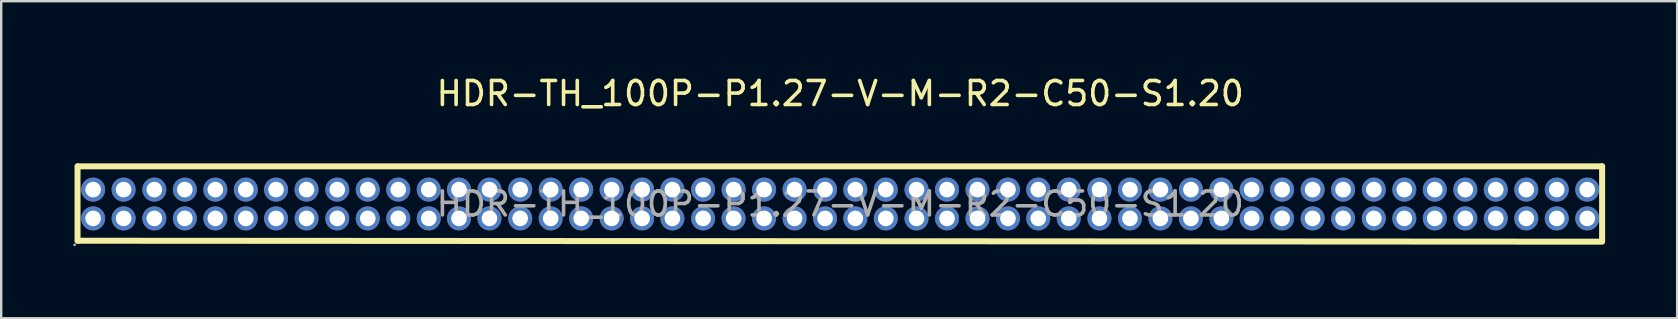
<source format=kicad_pcb>
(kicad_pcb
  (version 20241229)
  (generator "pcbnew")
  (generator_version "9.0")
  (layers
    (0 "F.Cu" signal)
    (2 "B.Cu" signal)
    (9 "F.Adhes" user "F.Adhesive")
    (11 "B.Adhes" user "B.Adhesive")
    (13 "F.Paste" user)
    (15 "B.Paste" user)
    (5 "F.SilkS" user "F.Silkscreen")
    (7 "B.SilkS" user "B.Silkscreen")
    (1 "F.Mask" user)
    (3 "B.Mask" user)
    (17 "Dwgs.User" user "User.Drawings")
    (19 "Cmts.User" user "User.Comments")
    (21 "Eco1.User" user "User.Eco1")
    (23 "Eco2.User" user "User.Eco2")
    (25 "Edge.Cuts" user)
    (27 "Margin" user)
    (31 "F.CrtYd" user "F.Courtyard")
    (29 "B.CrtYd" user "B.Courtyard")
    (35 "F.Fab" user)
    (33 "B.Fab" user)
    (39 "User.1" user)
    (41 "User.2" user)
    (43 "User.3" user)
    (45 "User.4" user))
  (footprint "HDR-TH_100P-P1.27-V-M-R2-C50-S1.20"
    (layer "F.Cu")
    (at 31.95 5.448)
    (property "Reference" "HDR-TH_100P-P1.27-V-M-R2-C50-S1.20" (at 0 -4.6 0) (layer "F.SilkS") (effects (font (size 1 1) (thickness 0.15))))
    (attr through_hole)
    (fp_line (start -31.77 -1.57) (end -31.77 1.53) (stroke (width 0.25) (type solid)) (layer "F.SilkS"))
    (fp_line (start -31.76 -1.57) (end 31.74 -1.57) (stroke (width 0.25) (type solid)) (layer "F.SilkS"))
    (fp_line (start -31.76 1.53) (end 31.74 1.57) (stroke (width 0.25) (type solid)) (layer "F.SilkS"))
    (fp_line (start 31.74 -1.57) (end 31.74 1.53) (stroke (width 0.25) (type solid)) (layer "F.SilkS"))
    (fp_circle (center -31.89 1.7) (end -31.86 1.7) (stroke (width 0.06) (type solid)) (fill no) (layer "F.Fab"))
    (fp_circle (center -31.12 -0.6) (end -31.01 -0.6) (stroke (width 0.22) (type solid)) (fill no) (layer "F.Fab"))
    (fp_circle (center -31.12 0.6) (end -31.01 0.6) (stroke (width 0.22) (type solid)) (fill no) (layer "F.Fab"))
    (fp_circle (center -29.85 -0.6) (end -29.74 -0.6) (stroke (width 0.22) (type solid)) (fill no) (layer "F.Fab"))
    (fp_circle (center -29.85 0.6) (end -29.74 0.6) (stroke (width 0.22) (type solid)) (fill no) (layer "F.Fab"))
    (fp_circle (center -28.57 -0.6) (end -28.46 -0.6) (stroke (width 0.22) (type solid)) (fill no) (layer "F.Fab"))
    (fp_circle (center -28.57 0.6) (end -28.46 0.6) (stroke (width 0.22) (type solid)) (fill no) (layer "F.Fab"))
    (fp_circle (center -27.3 -0.6) (end -27.19 -0.6) (stroke (width 0.22) (type solid)) (fill no) (layer "F.Fab"))
    (fp_circle (center -27.3 0.6) (end -27.19 0.6) (stroke (width 0.22) (type solid)) (fill no) (layer "F.Fab"))
    (fp_circle (center -26.03 -0.6) (end -25.92 -0.6) (stroke (width 0.22) (type solid)) (fill no) (layer "F.Fab"))
    (fp_circle (center -26.03 0.6) (end -25.92 0.6) (stroke (width 0.22) (type solid)) (fill no) (layer "F.Fab"))
    (fp_circle (center -24.76 -0.6) (end -24.65 -0.6) (stroke (width 0.22) (type solid)) (fill no) (layer "F.Fab"))
    (fp_circle (center -24.76 0.6) (end -24.65 0.6) (stroke (width 0.22) (type solid)) (fill no) (layer "F.Fab"))
    (fp_circle (center -23.5 -0.6) (end -23.39 -0.6) (stroke (width 0.22) (type solid)) (fill no) (layer "F.Fab"))
    (fp_circle (center -23.5 0.6) (end -23.39 0.6) (stroke (width 0.22) (type solid)) (fill no) (layer "F.Fab"))
    (fp_circle (center -22.23 -0.6) (end -22.12 -0.6) (stroke (width 0.22) (type solid)) (fill no) (layer "F.Fab"))
    (fp_circle (center -22.23 0.6) (end -22.12 0.6) (stroke (width 0.22) (type solid)) (fill no) (layer "F.Fab"))
    (fp_circle (center -20.95 -0.6) (end -20.84 -0.6) (stroke (width 0.22) (type solid)) (fill no) (layer "F.Fab"))
    (fp_circle (center -20.95 0.6) (end -20.84 0.6) (stroke (width 0.22) (type solid)) (fill no) (layer "F.Fab"))
    (fp_circle (center -19.68 -0.6) (end -19.57 -0.6) (stroke (width 0.22) (type solid)) (fill no) (layer "F.Fab"))
    (fp_circle (center -19.68 0.6) (end -19.57 0.6) (stroke (width 0.22) (type solid)) (fill no) (layer "F.Fab"))
    (fp_circle (center -18.41 -0.6) (end -18.3 -0.6) (stroke (width 0.22) (type solid)) (fill no) (layer "F.Fab"))
    (fp_circle (center -18.41 0.6) (end -18.3 0.6) (stroke (width 0.22) (type solid)) (fill no) (layer "F.Fab"))
    (fp_circle (center -17.14 -0.6) (end -17.03 -0.6) (stroke (width 0.22) (type solid)) (fill no) (layer "F.Fab"))
    (fp_circle (center -17.14 0.6) (end -17.03 0.6) (stroke (width 0.22) (type solid)) (fill no) (layer "F.Fab"))
    (fp_circle (center -15.88 -0.6) (end -15.77 -0.6) (stroke (width 0.22) (type solid)) (fill no) (layer "F.Fab"))
    (fp_circle (center -15.88 0.6) (end -15.77 0.6) (stroke (width 0.22) (type solid)) (fill no) (layer "F.Fab"))
    (fp_circle (center -14.61 -0.6) (end -14.5 -0.6) (stroke (width 0.22) (type solid)) (fill no) (layer "F.Fab"))
    (fp_circle (center -14.61 0.6) (end -14.5 0.6) (stroke (width 0.22) (type solid)) (fill no) (layer "F.Fab"))
    (fp_circle (center -13.33 -0.6) (end -13.22 -0.6) (stroke (width 0.22) (type solid)) (fill no) (layer "F.Fab"))
    (fp_circle (center -13.33 0.6) (end -13.22 0.6) (stroke (width 0.22) (type solid)) (fill no) (layer "F.Fab"))
    (fp_circle (center -12.06 -0.6) (end -11.95 -0.6) (stroke (width 0.22) (type solid)) (fill no) (layer "F.Fab"))
    (fp_circle (center -12.06 0.6) (end -11.95 0.6) (stroke (width 0.22) (type solid)) (fill no) (layer "F.Fab"))
    (fp_circle (center -10.79 -0.6) (end -10.68 -0.6) (stroke (width 0.22) (type solid)) (fill no) (layer "F.Fab"))
    (fp_circle (center -10.79 0.6) (end -10.68 0.6) (stroke (width 0.22) (type solid)) (fill no) (layer "F.Fab"))
    (fp_circle (center -9.52 -0.6) (end -9.41 -0.6) (stroke (width 0.22) (type solid)) (fill no) (layer "F.Fab"))
    (fp_circle (center -9.52 0.6) (end -9.41 0.6) (stroke (width 0.22) (type solid)) (fill no) (layer "F.Fab"))
    (fp_circle (center -8.25 -0.6) (end -8.14 -0.6) (stroke (width 0.22) (type solid)) (fill no) (layer "F.Fab"))
    (fp_circle (center -8.25 0.6) (end -8.14 0.6) (stroke (width 0.22) (type solid)) (fill no) (layer "F.Fab"))
    (fp_circle (center -6.99 -0.6) (end -6.88 -0.6) (stroke (width 0.22) (type solid)) (fill no) (layer "F.Fab"))
    (fp_circle (center -6.99 0.6) (end -6.88 0.6) (stroke (width 0.22) (type solid)) (fill no) (layer "F.Fab"))
    (fp_circle (center -5.71 -0.6) (end -5.6 -0.6) (stroke (width 0.22) (type solid)) (fill no) (layer "F.Fab"))
    (fp_circle (center -5.71 0.6) (end -5.6 0.6) (stroke (width 0.22) (type solid)) (fill no) (layer "F.Fab"))
    (fp_circle (center -4.44 -0.6) (end -4.33 -0.6) (stroke (width 0.22) (type solid)) (fill no) (layer "F.Fab"))
    (fp_circle (center -4.44 0.6) (end -4.33 0.6) (stroke (width 0.22) (type solid)) (fill no) (layer "F.Fab"))
    (fp_circle (center -3.17 -0.6) (end -3.06 -0.6) (stroke (width 0.22) (type solid)) (fill no) (layer "F.Fab"))
    (fp_circle (center -3.17 0.6) (end -3.06 0.6) (stroke (width 0.22) (type solid)) (fill no) (layer "F.Fab"))
    (fp_circle (center -1.9 -0.6) (end -1.79 -0.6) (stroke (width 0.22) (type solid)) (fill no) (layer "F.Fab"))
    (fp_circle (center -1.9 0.6) (end -1.79 0.6) (stroke (width 0.22) (type solid)) (fill no) (layer "F.Fab"))
    (fp_circle (center -0.63 -0.6) (end -0.52 -0.6) (stroke (width 0.22) (type solid)) (fill no) (layer "F.Fab"))
    (fp_circle (center -0.63 0.6) (end -0.52 0.6) (stroke (width 0.22) (type solid)) (fill no) (layer "F.Fab"))
    (fp_circle (center 0.63 -0.6) (end 0.74 -0.6) (stroke (width 0.22) (type solid)) (fill no) (layer "F.Fab"))
    (fp_circle (center 0.63 0.6) (end 0.74 0.6) (stroke (width 0.22) (type solid)) (fill no) (layer "F.Fab"))
    (fp_circle (center 1.9 -0.6) (end 2.01 -0.6) (stroke (width 0.22) (type solid)) (fill no) (layer "F.Fab"))
    (fp_circle (center 1.9 0.6) (end 2.01 0.6) (stroke (width 0.22) (type solid)) (fill no) (layer "F.Fab"))
    (fp_circle (center 3.18 -0.6) (end 3.29 -0.6) (stroke (width 0.22) (type solid)) (fill no) (layer "F.Fab"))
    (fp_circle (center 3.18 0.6) (end 3.29 0.6) (stroke (width 0.22) (type solid)) (fill no) (layer "F.Fab"))
    (fp_circle (center 4.45 -0.6) (end 4.56 -0.6) (stroke (width 0.22) (type solid)) (fill no) (layer "F.Fab"))
    (fp_circle (center 4.45 0.6) (end 4.56 0.6) (stroke (width 0.22) (type solid)) (fill no) (layer "F.Fab"))
    (fp_circle (center 5.72 -0.6) (end 5.83 -0.6) (stroke (width 0.22) (type solid)) (fill no) (layer "F.Fab"))
    (fp_circle (center 5.72 0.6) (end 5.83 0.6) (stroke (width 0.22) (type solid)) (fill no) (layer "F.Fab"))
    (fp_circle (center 6.99 -0.6) (end 7.1 -0.6) (stroke (width 0.22) (type solid)) (fill no) (layer "F.Fab"))
    (fp_circle (center 6.99 0.6) (end 7.1 0.6) (stroke (width 0.22) (type solid)) (fill no) (layer "F.Fab"))
    (fp_circle (center 8.25 -0.6) (end 8.36 -0.6) (stroke (width 0.22) (type solid)) (fill no) (layer "F.Fab"))
    (fp_circle (center 8.25 0.6) (end 8.36 0.6) (stroke (width 0.22) (type solid)) (fill no) (layer "F.Fab"))
    (fp_circle (center 9.52 -0.6) (end 9.63 -0.6) (stroke (width 0.22) (type solid)) (fill no) (layer "F.Fab"))
    (fp_circle (center 9.52 0.6) (end 9.63 0.6) (stroke (width 0.22) (type solid)) (fill no) (layer "F.Fab"))
    (fp_circle (center 10.8 -0.6) (end 10.91 -0.6) (stroke (width 0.22) (type solid)) (fill no) (layer "F.Fab"))
    (fp_circle (center 10.8 0.6) (end 10.91 0.6) (stroke (width 0.22) (type solid)) (fill no) (layer "F.Fab"))
    (fp_circle (center 12.07 -0.6) (end 12.18 -0.6) (stroke (width 0.22) (type solid)) (fill no) (layer "F.Fab"))
    (fp_circle (center 12.07 0.6) (end 12.18 0.6) (stroke (width 0.22) (type solid)) (fill no) (layer "F.Fab"))
    (fp_circle (center 13.34 -0.6) (end 13.45 -0.6) (stroke (width 0.22) (type solid)) (fill no) (layer "F.Fab"))
    (fp_circle (center 13.34 0.6) (end 13.45 0.6) (stroke (width 0.22) (type solid)) (fill no) (layer "F.Fab"))
    (fp_circle (center 14.61 -0.6) (end 14.72 -0.6) (stroke (width 0.22) (type solid)) (fill no) (layer "F.Fab"))
    (fp_circle (center 14.61 0.6) (end 14.72 0.6) (stroke (width 0.22) (type solid)) (fill no) (layer "F.Fab"))
    (fp_circle (center 15.88 -0.6) (end 15.99 -0.6) (stroke (width 0.22) (type solid)) (fill no) (layer "F.Fab"))
    (fp_circle (center 15.88 0.6) (end 15.99 0.6) (stroke (width 0.22) (type solid)) (fill no) (layer "F.Fab"))
    (fp_circle (center 17.14 -0.6) (end 17.25 -0.6) (stroke (width 0.22) (type solid)) (fill no) (layer "F.Fab"))
    (fp_circle (center 17.14 0.6) (end 17.25 0.6) (stroke (width 0.22) (type solid)) (fill no) (layer "F.Fab"))
    (fp_circle (center 18.41 -0.6) (end 18.52 -0.6) (stroke (width 0.22) (type solid)) (fill no) (layer "F.Fab"))
    (fp_circle (center 18.41 0.6) (end 18.52 0.6) (stroke (width 0.22) (type solid)) (fill no) (layer "F.Fab"))
    (fp_circle (center 19.68 -0.6) (end 19.79 -0.6) (stroke (width 0.22) (type solid)) (fill no) (layer "F.Fab"))
    (fp_circle (center 19.68 0.6) (end 19.79 0.6) (stroke (width 0.22) (type solid)) (fill no) (layer "F.Fab"))
    (fp_circle (center 20.95 -0.6) (end 21.06 -0.6) (stroke (width 0.22) (type solid)) (fill no) (layer "F.Fab"))
    (fp_circle (center 20.95 0.6) (end 21.06 0.6) (stroke (width 0.22) (type solid)) (fill no) (layer "F.Fab"))
    (fp_circle (center 22.23 -0.6) (end 22.34 -0.6) (stroke (width 0.22) (type solid)) (fill no) (layer "F.Fab"))
    (fp_circle (center 22.23 0.6) (end 22.34 0.6) (stroke (width 0.22) (type solid)) (fill no) (layer "F.Fab"))
    (fp_circle (center 23.5 -0.6) (end 23.61 -0.6) (stroke (width 0.22) (type solid)) (fill no) (layer "F.Fab"))
    (fp_circle (center 23.5 0.6) (end 23.61 0.6) (stroke (width 0.22) (type solid)) (fill no) (layer "F.Fab"))
    (fp_circle (center 24.77 -0.6) (end 24.88 -0.6) (stroke (width 0.22) (type solid)) (fill no) (layer "F.Fab"))
    (fp_circle (center 24.77 0.6) (end 24.88 0.6) (stroke (width 0.22) (type solid)) (fill no) (layer "F.Fab"))
    (fp_circle (center 26.04 -0.6) (end 26.15 -0.6) (stroke (width 0.22) (type solid)) (fill no) (layer "F.Fab"))
    (fp_circle (center 26.04 0.6) (end 26.15 0.6) (stroke (width 0.22) (type solid)) (fill no) (layer "F.Fab"))
    (fp_circle (center 27.31 -0.6) (end 27.42 -0.6) (stroke (width 0.22) (type solid)) (fill no) (layer "F.Fab"))
    (fp_circle (center 27.31 0.6) (end 27.42 0.6) (stroke (width 0.22) (type solid)) (fill no) (layer "F.Fab"))
    (fp_circle (center 28.58 -0.6) (end 28.69 -0.6) (stroke (width 0.22) (type solid)) (fill no) (layer "F.Fab"))
    (fp_circle (center 28.58 0.6) (end 28.69 0.6) (stroke (width 0.22) (type solid)) (fill no) (layer "F.Fab"))
    (fp_circle (center 29.85 -0.6) (end 29.96 -0.6) (stroke (width 0.22) (type solid)) (fill no) (layer "F.Fab"))
    (fp_circle (center 29.85 0.6) (end 29.96 0.6) (stroke (width 0.22) (type solid)) (fill no) (layer "F.Fab"))
    (fp_circle (center 31.12 -0.6) (end 31.23 -0.6) (stroke (width 0.22) (type solid)) (fill no) (layer "F.Fab"))
    (fp_circle (center 31.12 0.6) (end 31.23 0.6) (stroke (width 0.22) (type solid)) (fill no) (layer "F.Fab"))
    (fp_text user "${REFERENCE}" (at 0 0 0) (layer "F.Fab") (effects (font (size 1 1) (thickness 0.15))))
    (pad "1" thru_hole circle (at -31.12 0.6) (size 1 1) (drill 0.65) (layers "*.Cu" "*.Paste" "*.Mask"))
    (pad "2" thru_hole circle (at -31.12 -0.6) (size 1 1) (drill 0.65) (layers "*.Cu" "*.Paste" "*.Mask"))
    (pad "3" thru_hole circle (at -29.85 0.6) (size 1 1) (drill 0.65) (layers "*.Cu" "*.Paste" "*.Mask"))
    (pad "4" thru_hole circle (at -29.85 -0.6) (size 1 1) (drill 0.65) (layers "*.Cu" "*.Paste" "*.Mask"))
    (pad "5" thru_hole circle (at -28.57 0.6) (size 1 1) (drill 0.65) (layers "*.Cu" "*.Paste" "*.Mask"))
    (pad "6" thru_hole circle (at -28.57 -0.6) (size 1 1) (drill 0.65) (layers "*.Cu" "*.Paste" "*.Mask"))
    (pad "7" thru_hole circle (at -27.3 0.6) (size 1 1) (drill 0.65) (layers "*.Cu" "*.Paste" "*.Mask"))
    (pad "8" thru_hole circle (at -27.3 -0.6) (size 1 1) (drill 0.65) (layers "*.Cu" "*.Paste" "*.Mask"))
    (pad "9" thru_hole circle (at -26.03 0.6) (size 1 1) (drill 0.65) (layers "*.Cu" "*.Paste" "*.Mask"))
    (pad "10" thru_hole circle (at -26.03 -0.6) (size 1 1) (drill 0.65) (layers "*.Cu" "*.Paste" "*.Mask"))
    (pad "11" thru_hole circle (at -24.76 0.6) (size 1 1) (drill 0.65) (layers "*.Cu" "*.Paste" "*.Mask"))
    (pad "12" thru_hole circle (at -24.76 -0.6) (size 1 1) (drill 0.65) (layers "*.Cu" "*.Paste" "*.Mask"))
    (pad "13" thru_hole circle (at -23.5 0.6) (size 1 1) (drill 0.65) (layers "*.Cu" "*.Paste" "*.Mask"))
    (pad "14" thru_hole circle (at -23.5 -0.6) (size 1 1) (drill 0.65) (layers "*.Cu" "*.Paste" "*.Mask"))
    (pad "15" thru_hole circle (at -22.23 0.6) (size 1 1) (drill 0.65) (layers "*.Cu" "*.Paste" "*.Mask"))
    (pad "16" thru_hole circle (at -22.23 -0.6) (size 1 1) (drill 0.65) (layers "*.Cu" "*.Paste" "*.Mask"))
    (pad "17" thru_hole circle (at -20.95 0.6) (size 1 1) (drill 0.65) (layers "*.Cu" "*.Paste" "*.Mask"))
    (pad "18" thru_hole circle (at -20.95 -0.6) (size 1 1) (drill 0.65) (layers "*.Cu" "*.Paste" "*.Mask"))
    (pad "19" thru_hole circle (at -19.68 0.6) (size 1 1) (drill 0.65) (layers "*.Cu" "*.Paste" "*.Mask"))
    (pad "20" thru_hole circle (at -19.68 -0.6) (size 1 1) (drill 0.65) (layers "*.Cu" "*.Paste" "*.Mask"))
    (pad "21" thru_hole circle (at -18.41 0.6) (size 1 1) (drill 0.65) (layers "*.Cu" "*.Paste" "*.Mask"))
    (pad "22" thru_hole circle (at -18.41 -0.6) (size 1 1) (drill 0.65) (layers "*.Cu" "*.Paste" "*.Mask"))
    (pad "23" thru_hole circle (at -17.14 0.6) (size 1 1) (drill 0.65) (layers "*.Cu" "*.Paste" "*.Mask"))
    (pad "24" thru_hole circle (at -17.14 -0.6) (size 1 1) (drill 0.65) (layers "*.Cu" "*.Paste" "*.Mask"))
    (pad "25" thru_hole circle (at -15.88 0.6) (size 1 1) (drill 0.65) (layers "*.Cu" "*.Paste" "*.Mask"))
    (pad "26" thru_hole circle (at -15.88 -0.6) (size 1 1) (drill 0.65) (layers "*.Cu" "*.Paste" "*.Mask"))
    (pad "27" thru_hole circle (at -14.61 0.6) (size 1 1) (drill 0.65) (layers "*.Cu" "*.Paste" "*.Mask"))
    (pad "28" thru_hole circle (at -14.61 -0.6) (size 1 1) (drill 0.65) (layers "*.Cu" "*.Paste" "*.Mask"))
    (pad "29" thru_hole circle (at -13.33 0.6) (size 1 1) (drill 0.65) (layers "*.Cu" "*.Paste" "*.Mask"))
    (pad "30" thru_hole circle (at -13.33 -0.6) (size 1 1) (drill 0.65) (layers "*.Cu" "*.Paste" "*.Mask"))
    (pad "31" thru_hole circle (at -12.06 0.6) (size 1 1) (drill 0.65) (layers "*.Cu" "*.Paste" "*.Mask"))
    (pad "32" thru_hole circle (at -12.06 -0.6) (size 1 1) (drill 0.65) (layers "*.Cu" "*.Paste" "*.Mask"))
    (pad "33" thru_hole circle (at -10.79 0.6) (size 1 1) (drill 0.65) (layers "*.Cu" "*.Paste" "*.Mask"))
    (pad "34" thru_hole circle (at -10.79 -0.6) (size 1 1) (drill 0.65) (layers "*.Cu" "*.Paste" "*.Mask"))
    (pad "35" thru_hole circle (at -9.52 0.6) (size 1 1) (drill 0.65) (layers "*.Cu" "*.Paste" "*.Mask"))
    (pad "36" thru_hole circle (at -9.52 -0.6) (size 1 1) (drill 0.65) (layers "*.Cu" "*.Paste" "*.Mask"))
    (pad "37" thru_hole circle (at -8.25 0.6) (size 1 1) (drill 0.65) (layers "*.Cu" "*.Paste" "*.Mask"))
    (pad "38" thru_hole circle (at -8.25 -0.6) (size 1 1) (drill 0.65) (layers "*.Cu" "*.Paste" "*.Mask"))
    (pad "39" thru_hole circle (at -6.99 0.6) (size 1 1) (drill 0.65) (layers "*.Cu" "*.Paste" "*.Mask"))
    (pad "40" thru_hole circle (at -6.99 -0.6) (size 1 1) (drill 0.65) (layers "*.Cu" "*.Paste" "*.Mask"))
    (pad "41" thru_hole circle (at -5.71 0.6) (size 1 1) (drill 0.65) (layers "*.Cu" "*.Paste" "*.Mask"))
    (pad "42" thru_hole circle (at -5.71 -0.6) (size 1 1) (drill 0.65) (layers "*.Cu" "*.Paste" "*.Mask"))
    (pad "43" thru_hole circle (at -4.44 0.6) (size 1 1) (drill 0.65) (layers "*.Cu" "*.Paste" "*.Mask"))
    (pad "44" thru_hole circle (at -4.44 -0.6) (size 1 1) (drill 0.65) (layers "*.Cu" "*.Paste" "*.Mask"))
    (pad "45" thru_hole circle (at -3.17 0.6) (size 1 1) (drill 0.65) (layers "*.Cu" "*.Paste" "*.Mask"))
    (pad "46" thru_hole circle (at -3.17 -0.6) (size 1 1) (drill 0.65) (layers "*.Cu" "*.Paste" "*.Mask"))
    (pad "47" thru_hole circle (at -1.9 0.6) (size 1 1) (drill 0.65) (layers "*.Cu" "*.Paste" "*.Mask"))
    (pad "48" thru_hole circle (at -1.9 -0.6) (size 1 1) (drill 0.65) (layers "*.Cu" "*.Paste" "*.Mask"))
    (pad "49" thru_hole circle (at -0.63 0.6) (size 1 1) (drill 0.65) (layers "*.Cu" "*.Paste" "*.Mask"))
    (pad "50" thru_hole circle (at -0.63 -0.6) (size 1 1) (drill 0.65) (layers "*.Cu" "*.Paste" "*.Mask"))
    (pad "51" thru_hole circle (at 0.63 0.6) (size 1 1) (drill 0.65) (layers "*.Cu" "*.Paste" "*.Mask"))
    (pad "52" thru_hole circle (at 0.63 -0.6) (size 1 1) (drill 0.65) (layers "*.Cu" "*.Paste" "*.Mask"))
    (pad "53" thru_hole circle (at 1.9 0.6) (size 1 1) (drill 0.65) (layers "*.Cu" "*.Paste" "*.Mask"))
    (pad "54" thru_hole circle (at 1.9 -0.6) (size 1 1) (drill 0.65) (layers "*.Cu" "*.Paste" "*.Mask"))
    (pad "55" thru_hole circle (at 3.18 0.6) (size 1 1) (drill 0.65) (layers "*.Cu" "*.Paste" "*.Mask"))
    (pad "56" thru_hole circle (at 3.18 -0.6) (size 1 1) (drill 0.65) (layers "*.Cu" "*.Paste" "*.Mask"))
    (pad "57" thru_hole circle (at 4.45 0.6) (size 1 1) (drill 0.65) (layers "*.Cu" "*.Paste" "*.Mask"))
    (pad "58" thru_hole circle (at 4.45 -0.6) (size 1 1) (drill 0.65) (layers "*.Cu" "*.Paste" "*.Mask"))
    (pad "59" thru_hole circle (at 5.72 0.6) (size 1 1) (drill 0.65) (layers "*.Cu" "*.Paste" "*.Mask"))
    (pad "60" thru_hole circle (at 5.72 -0.6) (size 1 1) (drill 0.65) (layers "*.Cu" "*.Paste" "*.Mask"))
    (pad "61" thru_hole circle (at 6.99 0.6) (size 1 1) (drill 0.65) (layers "*.Cu" "*.Paste" "*.Mask"))
    (pad "62" thru_hole circle (at 6.99 -0.6) (size 1 1) (drill 0.65) (layers "*.Cu" "*.Paste" "*.Mask"))
    (pad "63" thru_hole circle (at 8.25 0.6) (size 1 1) (drill 0.65) (layers "*.Cu" "*.Paste" "*.Mask"))
    (pad "64" thru_hole circle (at 8.25 -0.6) (size 1 1) (drill 0.65) (layers "*.Cu" "*.Paste" "*.Mask"))
    (pad "65" thru_hole circle (at 9.52 0.6) (size 1 1) (drill 0.65) (layers "*.Cu" "*.Paste" "*.Mask"))
    (pad "66" thru_hole circle (at 9.52 -0.6) (size 1 1) (drill 0.65) (layers "*.Cu" "*.Paste" "*.Mask"))
    (pad "67" thru_hole circle (at 10.8 0.6) (size 1 1) (drill 0.65) (layers "*.Cu" "*.Paste" "*.Mask"))
    (pad "68" thru_hole circle (at 10.8 -0.6) (size 1 1) (drill 0.65) (layers "*.Cu" "*.Paste" "*.Mask"))
    (pad "69" thru_hole circle (at 12.07 0.6) (size 1 1) (drill 0.65) (layers "*.Cu" "*.Paste" "*.Mask"))
    (pad "70" thru_hole circle (at 12.07 -0.6) (size 1 1) (drill 0.65) (layers "*.Cu" "*.Paste" "*.Mask"))
    (pad "71" thru_hole circle (at 13.34 0.6) (size 1 1) (drill 0.65) (layers "*.Cu" "*.Paste" "*.Mask"))
    (pad "72" thru_hole circle (at 13.34 -0.6) (size 1 1) (drill 0.65) (layers "*.Cu" "*.Paste" "*.Mask"))
    (pad "73" thru_hole circle (at 14.61 0.6) (size 1 1) (drill 0.65) (layers "*.Cu" "*.Paste" "*.Mask"))
    (pad "74" thru_hole circle (at 14.61 -0.6) (size 1 1) (drill 0.65) (layers "*.Cu" "*.Paste" "*.Mask"))
    (pad "75" thru_hole circle (at 15.88 0.6) (size 1 1) (drill 0.65) (layers "*.Cu" "*.Paste" "*.Mask"))
    (pad "76" thru_hole circle (at 15.88 -0.6) (size 1 1) (drill 0.65) (layers "*.Cu" "*.Paste" "*.Mask"))
    (pad "77" thru_hole circle (at 17.14 0.6) (size 1 1) (drill 0.65) (layers "*.Cu" "*.Paste" "*.Mask"))
    (pad "78" thru_hole circle (at 17.14 -0.6) (size 1 1) (drill 0.65) (layers "*.Cu" "*.Paste" "*.Mask"))
    (pad "79" thru_hole circle (at 18.41 0.6) (size 1 1) (drill 0.65) (layers "*.Cu" "*.Paste" "*.Mask"))
    (pad "80" thru_hole circle (at 18.41 -0.6) (size 1 1) (drill 0.65) (layers "*.Cu" "*.Paste" "*.Mask"))
    (pad "81" thru_hole circle (at 19.68 0.6) (size 1 1) (drill 0.65) (layers "*.Cu" "*.Paste" "*.Mask"))
    (pad "82" thru_hole circle (at 19.68 -0.6) (size 1 1) (drill 0.65) (layers "*.Cu" "*.Paste" "*.Mask"))
    (pad "83" thru_hole circle (at 20.95 0.6) (size 1 1) (drill 0.65) (layers "*.Cu" "*.Paste" "*.Mask"))
    (pad "84" thru_hole circle (at 20.95 -0.6) (size 1 1) (drill 0.65) (layers "*.Cu" "*.Paste" "*.Mask"))
    (pad "85" thru_hole circle (at 22.23 0.6) (size 1 1) (drill 0.65) (layers "*.Cu" "*.Paste" "*.Mask"))
    (pad "86" thru_hole circle (at 22.23 -0.6) (size 1 1) (drill 0.65) (layers "*.Cu" "*.Paste" "*.Mask"))
    (pad "87" thru_hole circle (at 23.5 0.6) (size 1 1) (drill 0.65) (layers "*.Cu" "*.Paste" "*.Mask"))
    (pad "88" thru_hole circle (at 23.5 -0.6) (size 1 1) (drill 0.65) (layers "*.Cu" "*.Paste" "*.Mask"))
    (pad "89" thru_hole circle (at 24.77 0.6) (size 1 1) (drill 0.65) (layers "*.Cu" "*.Paste" "*.Mask"))
    (pad "90" thru_hole circle (at 24.77 -0.6) (size 1 1) (drill 0.65) (layers "*.Cu" "*.Paste" "*.Mask"))
    (pad "91" thru_hole circle (at 26.04 0.6) (size 1 1) (drill 0.65) (layers "*.Cu" "*.Paste" "*.Mask"))
    (pad "92" thru_hole circle (at 26.04 -0.6) (size 1 1) (drill 0.65) (layers "*.Cu" "*.Paste" "*.Mask"))
    (pad "93" thru_hole circle (at 27.31 0.6) (size 1 1) (drill 0.65) (layers "*.Cu" "*.Paste" "*.Mask"))
    (pad "94" thru_hole circle (at 27.31 -0.6) (size 1 1) (drill 0.65) (layers "*.Cu" "*.Paste" "*.Mask"))
    (pad "95" thru_hole circle (at 28.58 0.6) (size 1 1) (drill 0.65) (layers "*.Cu" "*.Paste" "*.Mask"))
    (pad "96" thru_hole circle (at 28.58 -0.6) (size 1 1) (drill 0.65) (layers "*.Cu" "*.Paste" "*.Mask"))
    (pad "97" thru_hole circle (at 29.85 0.6) (size 1 1) (drill 0.65) (layers "*.Cu" "*.Paste" "*.Mask"))
    (pad "98" thru_hole circle (at 29.85 -0.6) (size 1 1) (drill 0.65) (layers "*.Cu" "*.Paste" "*.Mask"))
    (pad "99" thru_hole circle (at 31.12 0.6) (size 1 1) (drill 0.65) (layers "*.Cu" "*.Paste" "*.Mask"))
    (pad "100" thru_hole circle (at 31.12 -0.6) (size 1 1) (drill 0.65) (layers "*.Cu" "*.Paste" "*.Mask")))
  (gr_rect
    (start -3 -3)
    (end 66.815 10.208)
    (stroke (width 0.1) (type default))
    (fill no)
    (layer "Edge.Cuts")))
</source>
